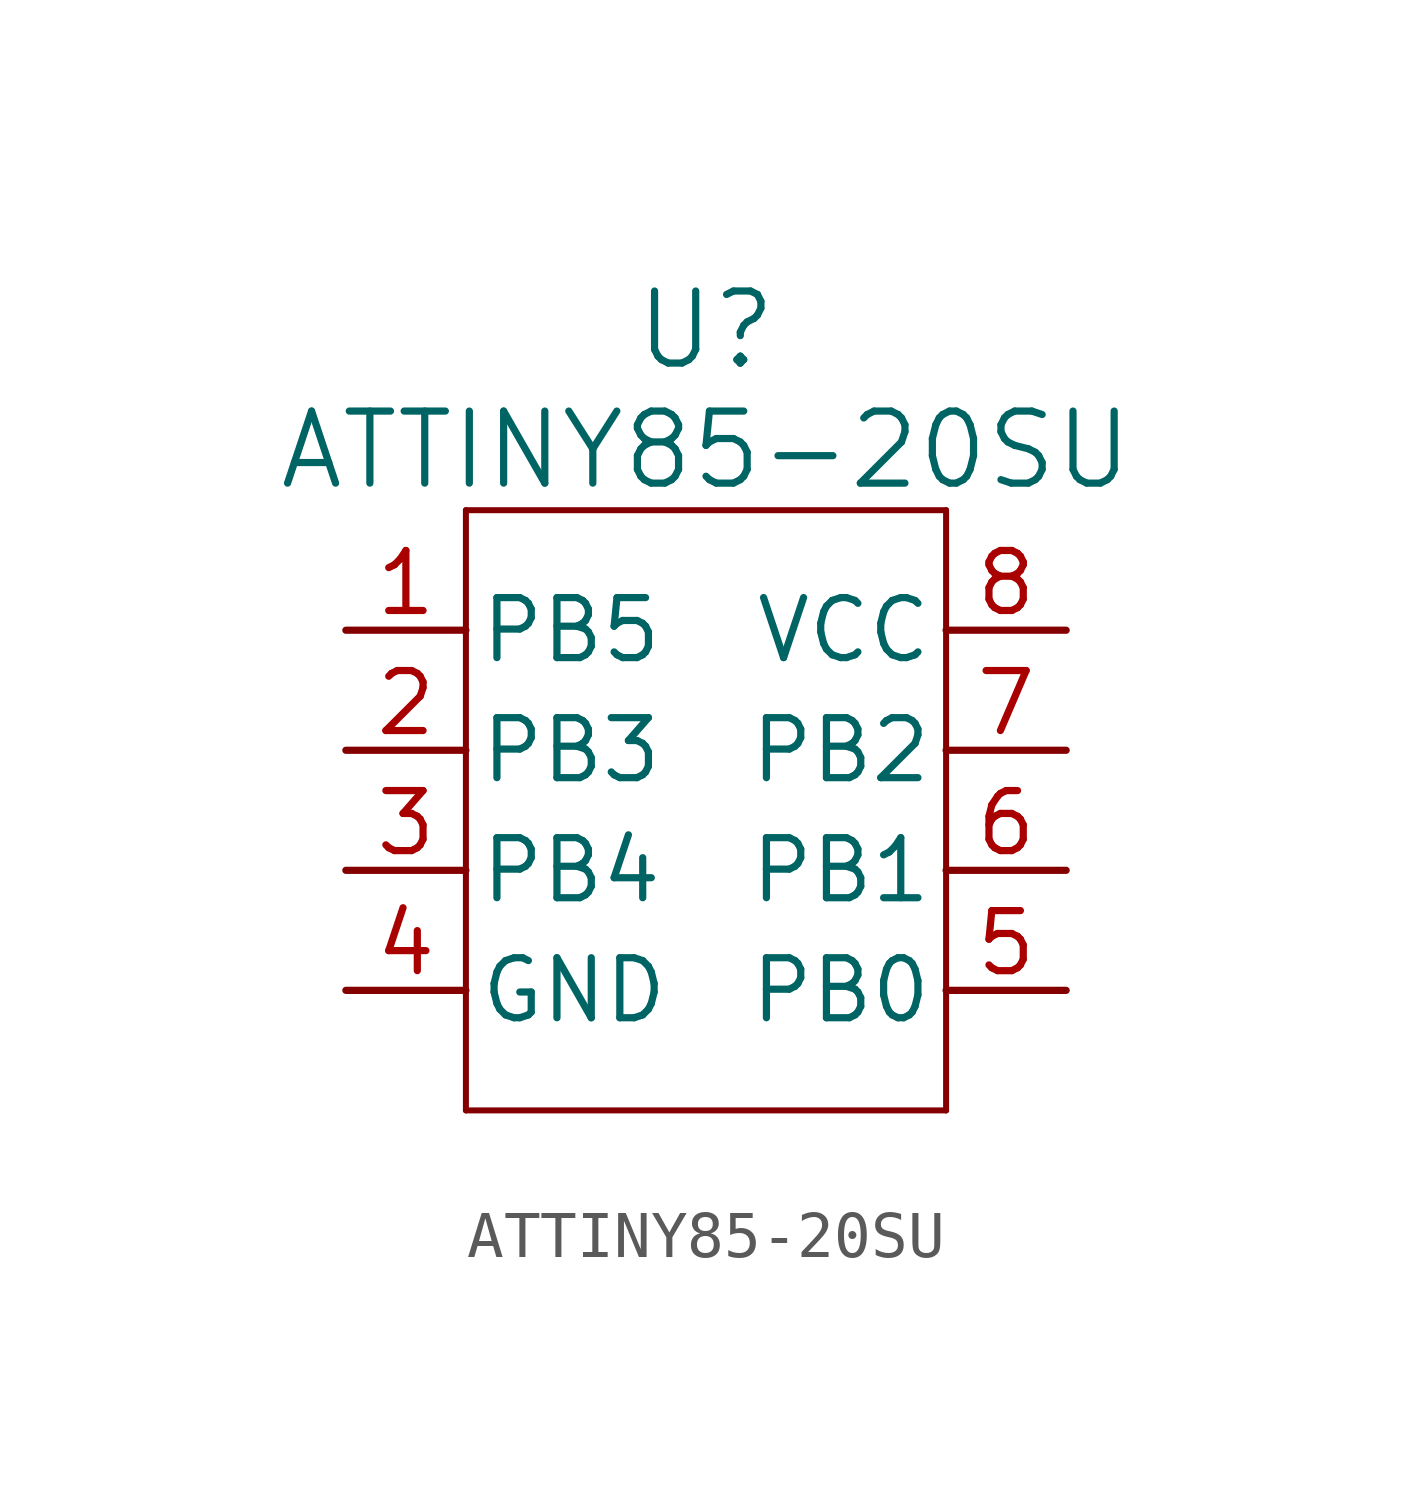
<source format=kicad_sym>
(kicad_symbol_lib
  (version 20231120)
  (generator "kicad_symbol_editor")
  (generator_version "8.0")
  (symbol "ATTINY85-20SU"
    (pin_names
      (offset 0.254))
    (property "Reference" "U"
      (at 12.7 6.35 0)
      (effects (font (size 1.524 1.524))))
    (property "Value" "ATTINY85-20SU"
      (at 12.7 3.81 0)
      (effects (font (size 1.524 1.524))))
    (property "ki_locked" ""
      (at 0 0 0)
      (effects (font (size 1.27 1.27))))
    (symbol "ATTINY85-20SU_0_1"
      (polyline (pts (xy 7.62 -10.16) (xy 17.78 -10.16)) (stroke (width 0.127) (type default)) (fill (type none)))
      (polyline (pts (xy 7.62 2.54) (xy 7.62 -10.16)) (stroke (width 0.127) (type default)) (fill (type none)))
      (polyline (pts (xy 17.78 -10.16) (xy 17.78 2.54)) (stroke (width 0.127) (type default)) (fill (type none)))
      (polyline (pts (xy 17.78 2.54) (xy 7.62 2.54)) (stroke (width 0.127) (type default)) (fill (type none)))
      (pin power_in line (at 5.08 -7.62 0) (length 2.54) (name "GND" (effects (font (size 1.27 1.27)))) (number "4" (effects (font (size 1.27 1.27)))))
      (pin power_in line (at 20.32 0 180) (length 2.54) (name "VCC" (effects (font (size 1.27 1.27)))) (number "8" (effects (font (size 1.27 1.27))))))
    (symbol "ATTINY85-20SU_1_1"
      (pin bidirectional line (at 5.08 0 0) (length 2.54) (name "PB5" (effects (font (size 1.27 1.27)))) (number "1" (effects (font (size 1.27 1.27)))))
      (pin bidirectional line (at 5.08 -2.54 0) (length 2.54) (name "PB3" (effects (font (size 1.27 1.27)))) (number "2" (effects (font (size 1.27 1.27)))))
      (pin bidirectional line (at 5.08 -5.08 0) (length 2.54) (name "PB4" (effects (font (size 1.27 1.27)))) (number "3" (effects (font (size 1.27 1.27)))))
      (pin bidirectional line (at 20.32 -7.62 180) (length 2.54) (name "PB0" (effects (font (size 1.27 1.27)))) (number "5" (effects (font (size 1.27 1.27)))))
      (pin bidirectional line (at 20.32 -5.08 180) (length 2.54) (name "PB1" (effects (font (size 1.27 1.27)))) (number "6" (effects (font (size 1.27 1.27)))))
      (pin bidirectional line (at 20.32 -2.54 180) (length 2.54) (name "PB2" (effects (font (size 1.27 1.27)))) (number "7" (effects (font (size 1.27 1.27))))))))
</source>
